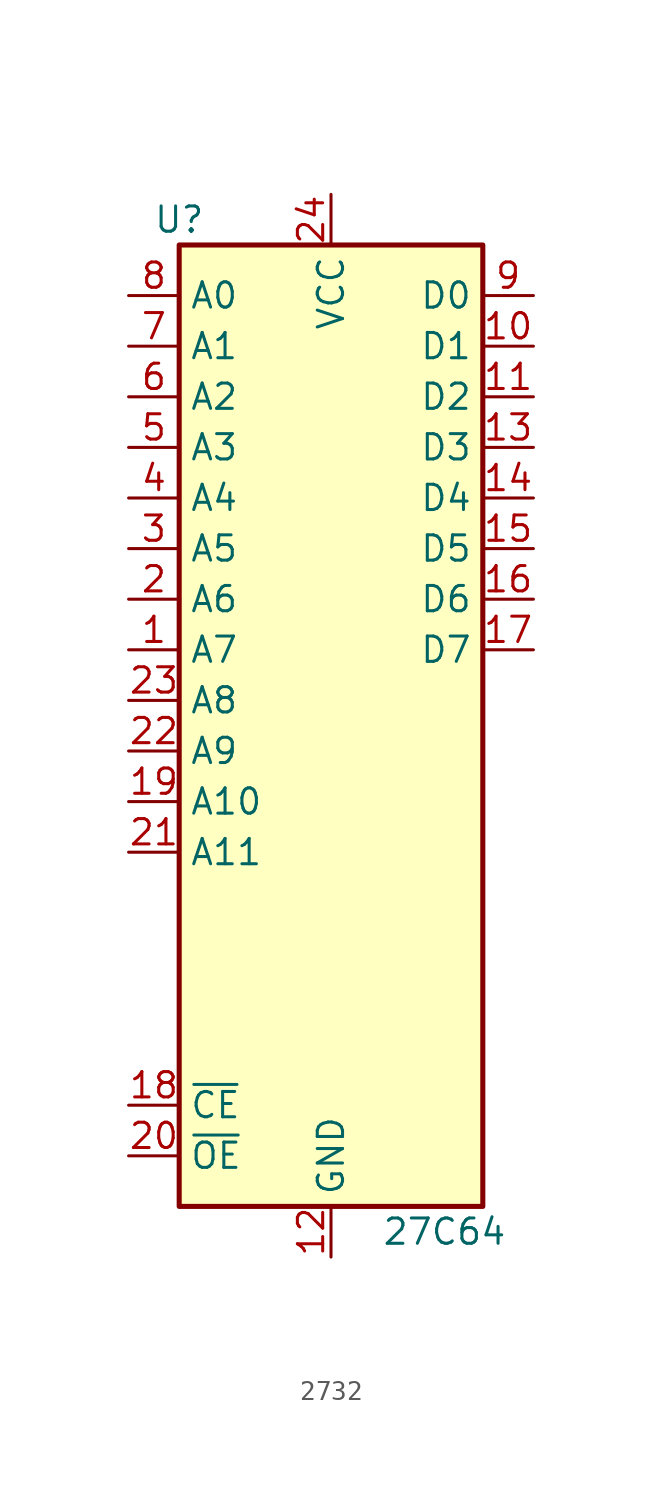
<source format=kicad_sym>
(kicad_symbol_lib
  (version 20220914)
  (generator kicad_symbol_editor)
  (symbol "2732"
    (property "Reference" "U"
      (at -7.62 24.13 0)
      (effects (font (size 1.27 1.27))))
    (property "Value" "27C64"
      (at 2.54 -26.67 0)
      (effects (font (size 1.27 1.27)) (justify left)))
    (symbol "2732_1_1"
      (rectangle (start -7.62 22.86) (end 7.62 -25.4) (stroke (width 0.254) (type default)) (fill (type background)))
      (pin input line (at -10.16 2.54 0) (length 2.54) (name "A7" (effects (font (size 1.27 1.27)))) (number "1" (effects (font (size 1.27 1.27)))))
      (pin tri_state line (at 10.16 17.78 180) (length 2.54) (name "D1" (effects (font (size 1.27 1.27)))) (number "10" (effects (font (size 1.27 1.27)))))
      (pin tri_state line (at 10.16 15.24 180) (length 2.54) (name "D2" (effects (font (size 1.27 1.27)))) (number "11" (effects (font (size 1.27 1.27)))))
      (pin power_in line (at 0 -27.94 90) (length 2.54) (name "GND" (effects (font (size 1.27 1.27)))) (number "12" (effects (font (size 1.27 1.27)))))
      (pin tri_state line (at 10.16 12.7 180) (length 2.54) (name "D3" (effects (font (size 1.27 1.27)))) (number "13" (effects (font (size 1.27 1.27)))))
      (pin tri_state line (at 10.16 10.16 180) (length 2.54) (name "D4" (effects (font (size 1.27 1.27)))) (number "14" (effects (font (size 1.27 1.27)))))
      (pin tri_state line (at 10.16 7.62 180) (length 2.54) (name "D5" (effects (font (size 1.27 1.27)))) (number "15" (effects (font (size 1.27 1.27)))))
      (pin tri_state line (at 10.16 5.08 180) (length 2.54) (name "D6" (effects (font (size 1.27 1.27)))) (number "16" (effects (font (size 1.27 1.27)))))
      (pin tri_state line (at 10.16 2.54 180) (length 2.54) (name "D7" (effects (font (size 1.27 1.27)))) (number "17" (effects (font (size 1.27 1.27)))))
      (pin input line (at -10.16 -20.32 0) (length 2.54) (name "~{CE}" (effects (font (size 1.27 1.27)))) (number "18" (effects (font (size 1.27 1.27)))))
      (pin input line (at -10.16 -5.08 0) (length 2.54) (name "A10" (effects (font (size 1.27 1.27)))) (number "19" (effects (font (size 1.27 1.27)))))
      (pin input line (at -10.16 5.08 0) (length 2.54) (name "A6" (effects (font (size 1.27 1.27)))) (number "2" (effects (font (size 1.27 1.27)))))
      (pin input line (at -10.16 -22.86 0) (length 2.54) (name "~{OE}" (effects (font (size 1.27 1.27)))) (number "20" (effects (font (size 1.27 1.27)))))
      (pin input line (at -10.16 -7.62 0) (length 2.54) (name "A11" (effects (font (size 1.27 1.27)))) (number "21" (effects (font (size 1.27 1.27)))))
      (pin input line (at -10.16 -2.54 0) (length 2.54) (name "A9" (effects (font (size 1.27 1.27)))) (number "22" (effects (font (size 1.27 1.27)))))
      (pin input line (at -10.16 0 0) (length 2.54) (name "A8" (effects (font (size 1.27 1.27)))) (number "23" (effects (font (size 1.27 1.27)))))
      (pin power_in line (at 0 25.4 270) (length 2.54) (name "VCC" (effects (font (size 1.27 1.27)))) (number "24" (effects (font (size 1.27 1.27)))))
      (pin input line (at -10.16 7.62 0) (length 2.54) (name "A5" (effects (font (size 1.27 1.27)))) (number "3" (effects (font (size 1.27 1.27)))))
      (pin input line (at -10.16 10.16 0) (length 2.54) (name "A4" (effects (font (size 1.27 1.27)))) (number "4" (effects (font (size 1.27 1.27)))))
      (pin input line (at -10.16 12.7 0) (length 2.54) (name "A3" (effects (font (size 1.27 1.27)))) (number "5" (effects (font (size 1.27 1.27)))))
      (pin input line (at -10.16 15.24 0) (length 2.54) (name "A2" (effects (font (size 1.27 1.27)))) (number "6" (effects (font (size 1.27 1.27)))))
      (pin input line (at -10.16 17.78 0) (length 2.54) (name "A1" (effects (font (size 1.27 1.27)))) (number "7" (effects (font (size 1.27 1.27)))))
      (pin input line (at -10.16 20.32 0) (length 2.54) (name "A0" (effects (font (size 1.27 1.27)))) (number "8" (effects (font (size 1.27 1.27)))))
      (pin tri_state line (at 10.16 20.32 180) (length 2.54) (name "D0" (effects (font (size 1.27 1.27)))) (number "9" (effects (font (size 1.27 1.27))))))))
</source>
